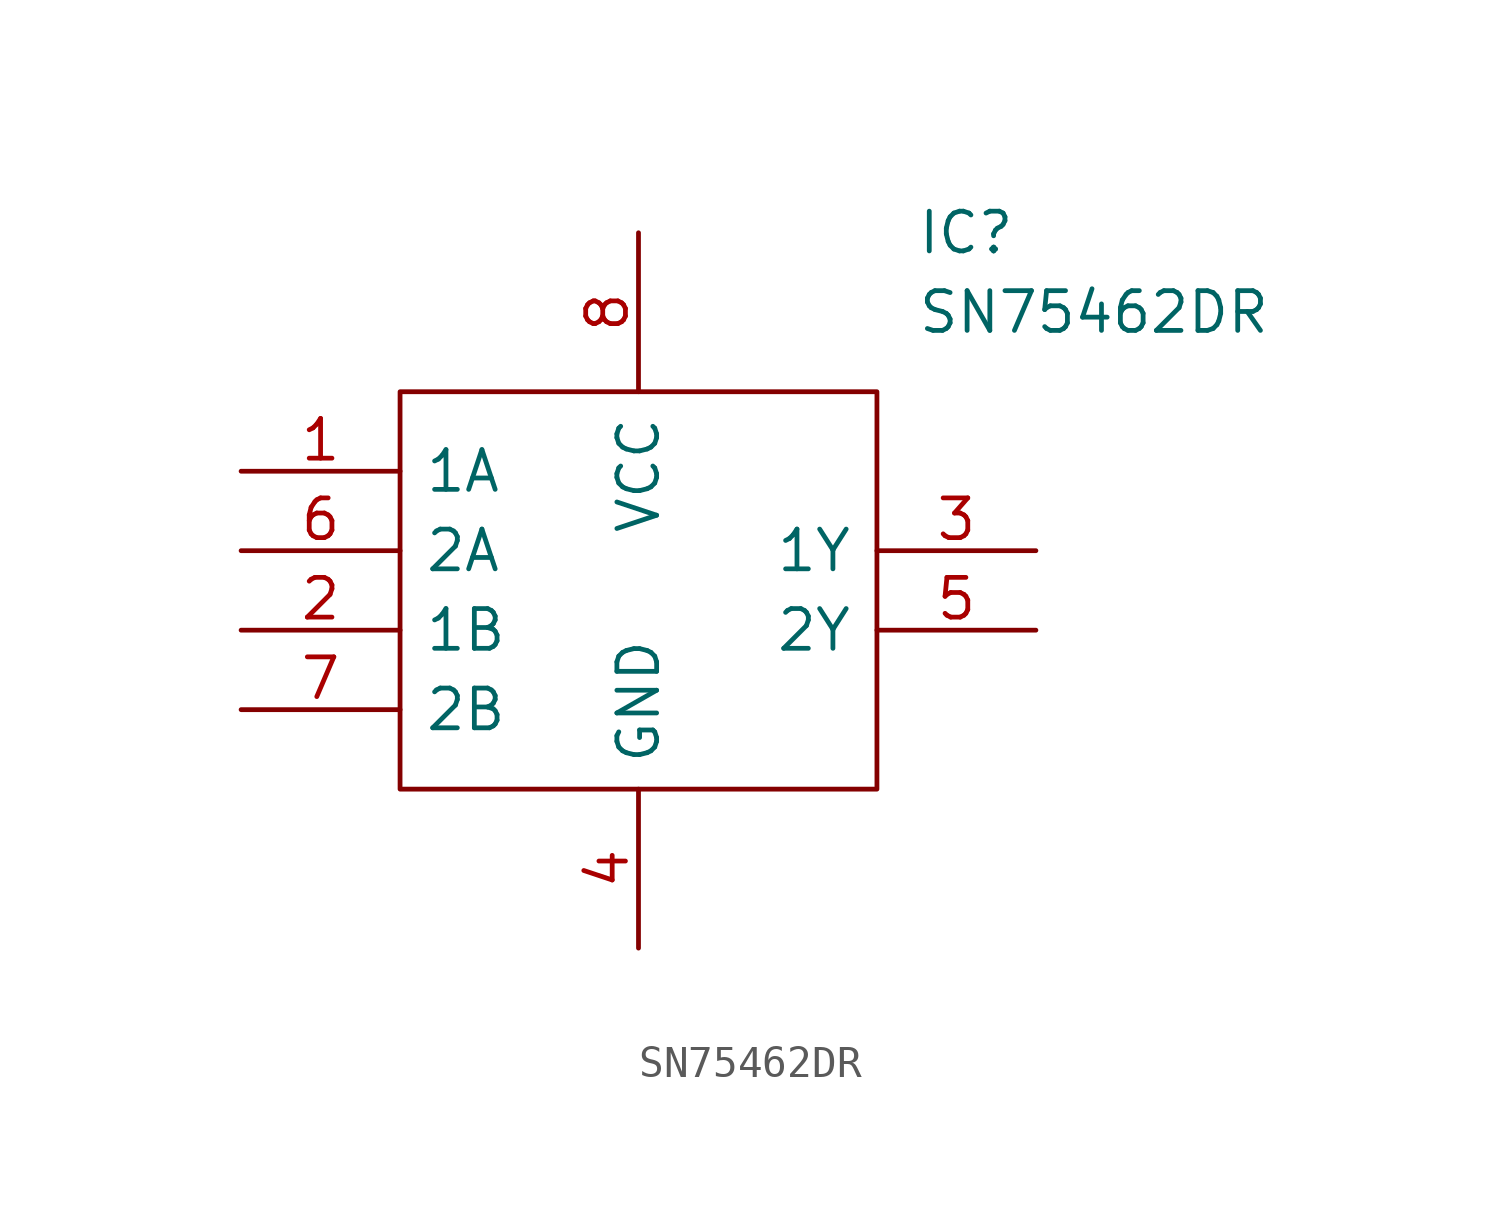
<source format=kicad_sym>
(kicad_symbol_lib
  (version 20211014)
  (generator kicad_symbol_editor)
  (symbol "SN75462DR"
    (pin_names
      (offset 0.762))
    (property "Reference" "IC"
      (at 21.59 7.62 0)
      (effects (font (size 1.27 1.27)) (justify left)))
    (property "Value" "SN75462DR"
      (at 21.59 5.08 0)
      (effects (font (size 1.27 1.27)) (justify left)))
    (symbol "SN75462DR_0_0"
      (pin passive line (at 0 0 0) (length 5.08) (name "1A" (effects (font (size 1.27 1.27)))) (number "1" (effects (font (size 1.27 1.27)))))
      (pin passive line (at 0 -5.08 0) (length 5.08) (name "1B" (effects (font (size 1.27 1.27)))) (number "2" (effects (font (size 1.27 1.27)))))
      (pin passive line (at 25.4 -2.54 180) (length 5.08) (name "1Y" (effects (font (size 1.27 1.27)))) (number "3" (effects (font (size 1.27 1.27)))))
      (pin passive line (at 12.7 -15.24 90) (length 5.08) (name "GND" (effects (font (size 1.27 1.27)))) (number "4" (effects (font (size 1.27 1.27)))))
      (pin passive line (at 25.4 -5.08 180) (length 5.08) (name "2Y" (effects (font (size 1.27 1.27)))) (number "5" (effects (font (size 1.27 1.27)))))
      (pin passive line (at 0 -2.54 0) (length 5.08) (name "2A" (effects (font (size 1.27 1.27)))) (number "6" (effects (font (size 1.27 1.27)))))
      (pin passive line (at 0 -7.62 0) (length 5.08) (name "2B" (effects (font (size 1.27 1.27)))) (number "7" (effects (font (size 1.27 1.27)))))
      (pin passive line (at 12.7 7.62 270) (length 5.08) (name "VCC" (effects (font (size 1.27 1.27)))) (number "8" (effects (font (size 1.27 1.27))))))
    (symbol "SN75462DR_0_1"
      (polyline (pts (xy 5.08 2.54) (xy 20.32 2.54) (xy 20.32 -10.16) (xy 5.08 -10.16) (xy 5.08 2.54)) (stroke (width 0.152) (type default) (color 0 0 0 0)) (fill (type none))))))
</source>
